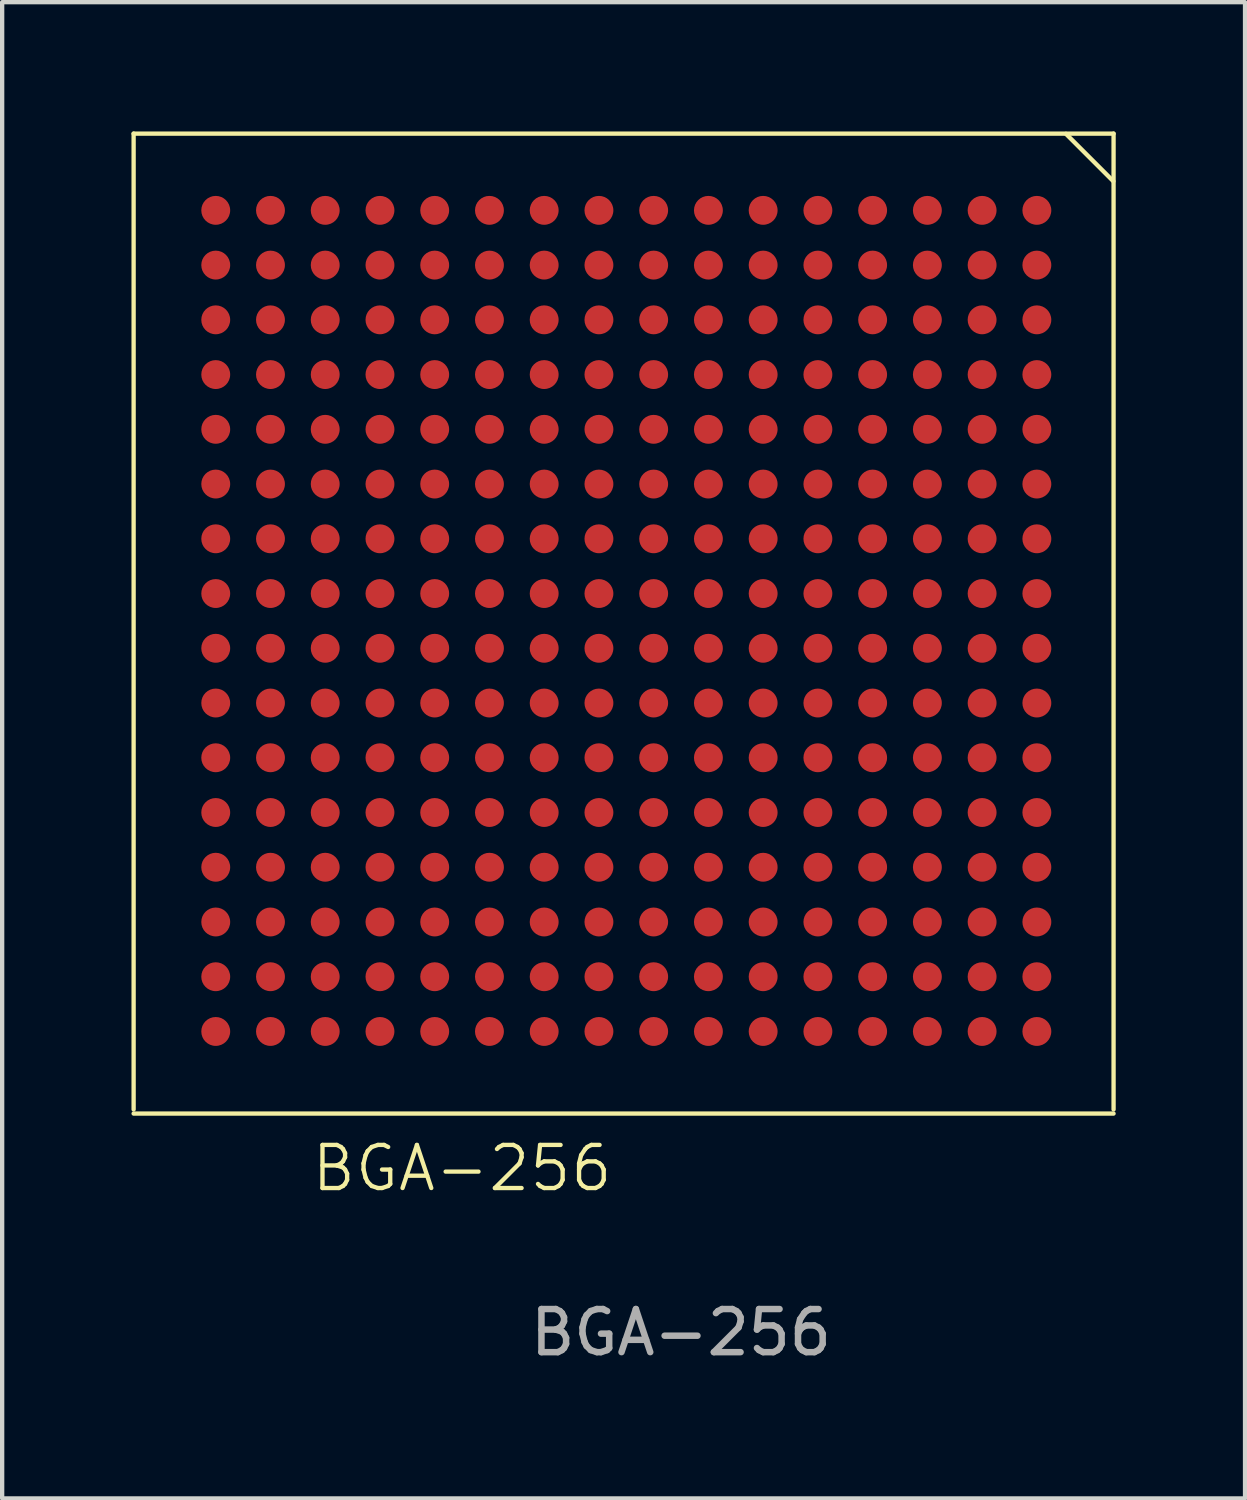
<source format=kicad_pcb>
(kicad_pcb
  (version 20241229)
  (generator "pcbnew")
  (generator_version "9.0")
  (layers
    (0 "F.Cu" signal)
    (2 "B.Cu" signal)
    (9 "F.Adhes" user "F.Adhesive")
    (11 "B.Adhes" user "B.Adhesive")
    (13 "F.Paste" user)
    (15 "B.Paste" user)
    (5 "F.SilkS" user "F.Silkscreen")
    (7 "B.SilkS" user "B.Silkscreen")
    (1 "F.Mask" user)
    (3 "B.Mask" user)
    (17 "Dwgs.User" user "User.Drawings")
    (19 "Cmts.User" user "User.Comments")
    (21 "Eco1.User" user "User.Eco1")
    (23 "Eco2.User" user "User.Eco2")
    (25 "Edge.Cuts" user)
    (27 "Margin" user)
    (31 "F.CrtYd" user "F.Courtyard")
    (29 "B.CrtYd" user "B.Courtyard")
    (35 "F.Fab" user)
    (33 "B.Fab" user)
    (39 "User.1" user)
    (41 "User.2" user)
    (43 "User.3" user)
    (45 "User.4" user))
  (footprint "BGA-256"
    (layer "F.Cu")
    (at 11.48 11.355)
    (property "Reference" "BGA-256" (at -3.81 12.7 0) (unlocked yes) (layer "F.SilkS") (effects (font (size 1 1) (thickness 0.1))))
    (attr smd)
    (fp_line (start -11.43 -11.305) (end -11.43 11.335) (stroke (width 0.1) (type default)) (layer "F.SilkS"))
    (fp_line (start -11.43 -11.305) (end 11.305 -11.305) (stroke (width 0.1) (type default)) (layer "F.SilkS"))
    (fp_line (start -11.43 11.43) (end 11.305 11.43) (stroke (width 0.1) (type default)) (layer "F.SilkS"))
    (fp_line (start 10.2 -11.3) (end 11.3 -10.2) (stroke (width 0.1) (type default)) (layer "F.SilkS"))
    (fp_line (start 11.305 -11.305) (end 11.305 11.335) (stroke (width 0.1) (type default)) (layer "F.SilkS"))
    (fp_text user "${REFERENCE}" (at 1.27 16.51 0) (unlocked yes) (layer "F.Fab") (effects (font (size 1 1) (thickness 0.15))))
    (pad "A1" smd circle (at 9.525 -9.525) (size 0.67 0.67) (layers "F.Cu" "F.Mask" "F.Paste"))
    (pad "A2" smd circle (at 9.525 -8.255) (size 0.67 0.67) (layers "F.Cu" "F.Mask" "F.Paste"))
    (pad "A3" smd circle (at 9.525 -6.985) (size 0.67 0.67) (layers "F.Cu" "F.Mask" "F.Paste"))
    (pad "A4" smd circle (at 9.525 -5.715) (size 0.67 0.67) (layers "F.Cu" "F.Mask" "F.Paste"))
    (pad "A5" smd circle (at 9.525 -4.445) (size 0.67 0.67) (layers "F.Cu" "F.Mask" "F.Paste"))
    (pad "A6" smd circle (at 9.525 -3.175) (size 0.67 0.67) (layers "F.Cu" "F.Mask" "F.Paste"))
    (pad "A7" smd circle (at 9.525 -1.905) (size 0.67 0.67) (layers "F.Cu" "F.Mask" "F.Paste"))
    (pad "A8" smd circle (at 9.525 -0.635) (size 0.67 0.67) (layers "F.Cu" "F.Mask" "F.Paste"))
    (pad "A9" smd circle (at 9.525 0.635) (size 0.67 0.67) (layers "F.Cu" "F.Mask" "F.Paste"))
    (pad "A10" smd circle (at 9.525 1.905) (size 0.67 0.67) (layers "F.Cu" "F.Mask" "F.Paste"))
    (pad "A11" smd circle (at 9.525 3.175) (size 0.67 0.67) (layers "F.Cu" "F.Mask" "F.Paste"))
    (pad "A12" smd circle (at 9.525 4.445) (size 0.67 0.67) (layers "F.Cu" "F.Mask" "F.Paste"))
    (pad "A13" smd circle (at 9.525 5.715) (size 0.67 0.67) (layers "F.Cu" "F.Mask" "F.Paste"))
    (pad "A14" smd circle (at 9.525 6.985) (size 0.67 0.67) (layers "F.Cu" "F.Mask" "F.Paste"))
    (pad "A15" smd circle (at 9.525 8.255) (size 0.67 0.67) (layers "F.Cu" "F.Mask" "F.Paste"))
    (pad "A16" smd circle (at 9.525 9.525) (size 0.67 0.67) (layers "F.Cu" "F.Mask" "F.Paste"))
    (pad "B1" smd circle (at 8.255 -9.525) (size 0.67 0.67) (layers "F.Cu" "F.Mask" "F.Paste"))
    (pad "B2" smd circle (at 8.255 -8.255) (size 0.67 0.67) (layers "F.Cu" "F.Mask" "F.Paste"))
    (pad "B3" smd circle (at 8.255 -6.985) (size 0.67 0.67) (layers "F.Cu" "F.Mask" "F.Paste"))
    (pad "B4" smd circle (at 8.255 -5.715) (size 0.67 0.67) (layers "F.Cu" "F.Mask" "F.Paste"))
    (pad "B5" smd circle (at 8.255 -4.445) (size 0.67 0.67) (layers "F.Cu" "F.Mask" "F.Paste"))
    (pad "B6" smd circle (at 8.255 -3.175) (size 0.67 0.67) (layers "F.Cu" "F.Mask" "F.Paste"))
    (pad "B7" smd circle (at 8.255 -1.905) (size 0.67 0.67) (layers "F.Cu" "F.Mask" "F.Paste"))
    (pad "B8" smd circle (at 8.255 -0.635) (size 0.67 0.67) (layers "F.Cu" "F.Mask" "F.Paste"))
    (pad "B9" smd circle (at 8.255 0.635) (size 0.67 0.67) (layers "F.Cu" "F.Mask" "F.Paste"))
    (pad "B10" smd circle (at 8.255 1.905) (size 0.67 0.67) (layers "F.Cu" "F.Mask" "F.Paste"))
    (pad "B11" smd circle (at 8.255 3.175) (size 0.67 0.67) (layers "F.Cu" "F.Mask" "F.Paste"))
    (pad "B12" smd circle (at 8.255 4.445) (size 0.67 0.67) (layers "F.Cu" "F.Mask" "F.Paste"))
    (pad "B13" smd circle (at 8.255 5.715) (size 0.67 0.67) (layers "F.Cu" "F.Mask" "F.Paste"))
    (pad "B14" smd circle (at 8.255 6.985) (size 0.67 0.67) (layers "F.Cu" "F.Mask" "F.Paste"))
    (pad "B15" smd circle (at 8.255 8.255) (size 0.67 0.67) (layers "F.Cu" "F.Mask" "F.Paste"))
    (pad "B16" smd circle (at 8.255 9.525) (size 0.67 0.67) (layers "F.Cu" "F.Mask" "F.Paste"))
    (pad "C1" smd circle (at 6.985 -9.525) (size 0.67 0.67) (layers "F.Cu" "F.Mask" "F.Paste"))
    (pad "C2" smd circle (at 6.985 -8.255) (size 0.67 0.67) (layers "F.Cu" "F.Mask" "F.Paste"))
    (pad "C3" smd circle (at 6.985 -6.985) (size 0.67 0.67) (layers "F.Cu" "F.Mask" "F.Paste"))
    (pad "C4" smd circle (at 6.985 -5.715) (size 0.67 0.67) (layers "F.Cu" "F.Mask" "F.Paste"))
    (pad "C5" smd circle (at 6.985 -4.445) (size 0.67 0.67) (layers "F.Cu" "F.Mask" "F.Paste"))
    (pad "C6" smd circle (at 6.985 -3.175) (size 0.67 0.67) (layers "F.Cu" "F.Mask" "F.Paste"))
    (pad "C7" smd circle (at 6.985 -1.905) (size 0.67 0.67) (layers "F.Cu" "F.Mask" "F.Paste"))
    (pad "C8" smd circle (at 6.985 -0.635) (size 0.67 0.67) (layers "F.Cu" "F.Mask" "F.Paste"))
    (pad "C9" smd circle (at 6.985 0.635) (size 0.67 0.67) (layers "F.Cu" "F.Mask" "F.Paste"))
    (pad "C10" smd circle (at 6.985 1.905) (size 0.67 0.67) (layers "F.Cu" "F.Mask" "F.Paste"))
    (pad "C11" smd circle (at 6.985 3.175) (size 0.67 0.67) (layers "F.Cu" "F.Mask" "F.Paste"))
    (pad "C12" smd circle (at 6.985 4.445) (size 0.67 0.67) (layers "F.Cu" "F.Mask" "F.Paste"))
    (pad "C13" smd circle (at 6.985 5.715) (size 0.67 0.67) (layers "F.Cu" "F.Mask" "F.Paste"))
    (pad "C14" smd circle (at 6.985 6.985) (size 0.67 0.67) (layers "F.Cu" "F.Mask" "F.Paste"))
    (pad "C15" smd circle (at 6.985 8.255) (size 0.67 0.67) (layers "F.Cu" "F.Mask" "F.Paste"))
    (pad "C16" smd circle (at 6.985 9.525) (size 0.67 0.67) (layers "F.Cu" "F.Mask" "F.Paste"))
    (pad "D1" smd circle (at 5.715 -9.525) (size 0.67 0.67) (layers "F.Cu" "F.Mask" "F.Paste"))
    (pad "D2" smd circle (at 5.715 -8.255) (size 0.67 0.67) (layers "F.Cu" "F.Mask" "F.Paste"))
    (pad "D3" smd circle (at 5.715 -6.985) (size 0.67 0.67) (layers "F.Cu" "F.Mask" "F.Paste"))
    (pad "D4" smd circle (at 5.715 -5.715) (size 0.67 0.67) (layers "F.Cu" "F.Mask" "F.Paste"))
    (pad "D5" smd circle (at 5.715 -4.445) (size 0.67 0.67) (layers "F.Cu" "F.Mask" "F.Paste"))
    (pad "D6" smd circle (at 5.715 -3.175) (size 0.67 0.67) (layers "F.Cu" "F.Mask" "F.Paste"))
    (pad "D7" smd circle (at 5.715 -1.905) (size 0.67 0.67) (layers "F.Cu" "F.Mask" "F.Paste"))
    (pad "D8" smd circle (at 5.715 -0.635) (size 0.67 0.67) (layers "F.Cu" "F.Mask" "F.Paste"))
    (pad "D9" smd circle (at 5.715 0.635) (size 0.67 0.67) (layers "F.Cu" "F.Mask" "F.Paste"))
    (pad "D10" smd circle (at 5.715 1.905) (size 0.67 0.67) (layers "F.Cu" "F.Mask" "F.Paste"))
    (pad "D11" smd circle (at 5.715 3.175) (size 0.67 0.67) (layers "F.Cu" "F.Mask" "F.Paste"))
    (pad "D12" smd circle (at 5.715 4.445) (size 0.67 0.67) (layers "F.Cu" "F.Mask" "F.Paste"))
    (pad "D13" smd circle (at 5.715 5.715) (size 0.67 0.67) (layers "F.Cu" "F.Mask" "F.Paste"))
    (pad "D14" smd circle (at 5.715 6.985) (size 0.67 0.67) (layers "F.Cu" "F.Mask" "F.Paste"))
    (pad "D15" smd circle (at 5.715 8.255) (size 0.67 0.67) (layers "F.Cu" "F.Mask" "F.Paste"))
    (pad "D16" smd circle (at 5.715 9.525) (size 0.67 0.67) (layers "F.Cu" "F.Mask" "F.Paste"))
    (pad "E1" smd circle (at 4.445 -9.525) (size 0.67 0.67) (layers "F.Cu" "F.Mask" "F.Paste"))
    (pad "E2" smd circle (at 4.445 -8.255) (size 0.67 0.67) (layers "F.Cu" "F.Mask" "F.Paste"))
    (pad "E3" smd circle (at 4.445 -6.985) (size 0.67 0.67) (layers "F.Cu" "F.Mask" "F.Paste"))
    (pad "E4" smd circle (at 4.445 -5.715) (size 0.67 0.67) (layers "F.Cu" "F.Mask" "F.Paste"))
    (pad "E5" smd circle (at 4.445 -4.445) (size 0.67 0.67) (layers "F.Cu" "F.Mask" "F.Paste"))
    (pad "E6" smd circle (at 4.445 -3.175) (size 0.67 0.67) (layers "F.Cu" "F.Mask" "F.Paste"))
    (pad "E7" smd circle (at 4.445 -1.905) (size 0.67 0.67) (layers "F.Cu" "F.Mask" "F.Paste"))
    (pad "E8" smd circle (at 4.445 -0.635) (size 0.67 0.67) (layers "F.Cu" "F.Mask" "F.Paste"))
    (pad "E9" smd circle (at 4.445 0.635) (size 0.67 0.67) (layers "F.Cu" "F.Mask" "F.Paste"))
    (pad "E10" smd circle (at 4.445 1.905) (size 0.67 0.67) (layers "F.Cu" "F.Mask" "F.Paste"))
    (pad "E11" smd circle (at 4.445 3.175) (size 0.67 0.67) (layers "F.Cu" "F.Mask" "F.Paste"))
    (pad "E12" smd circle (at 4.445 4.445) (size 0.67 0.67) (layers "F.Cu" "F.Mask" "F.Paste"))
    (pad "E13" smd circle (at 4.445 5.715) (size 0.67 0.67) (layers "F.Cu" "F.Mask" "F.Paste"))
    (pad "E14" smd circle (at 4.445 6.985) (size 0.67 0.67) (layers "F.Cu" "F.Mask" "F.Paste"))
    (pad "E15" smd circle (at 4.445 8.255) (size 0.67 0.67) (layers "F.Cu" "F.Mask" "F.Paste"))
    (pad "E16" smd circle (at 4.445 9.525) (size 0.67 0.67) (layers "F.Cu" "F.Mask" "F.Paste"))
    (pad "F1" smd circle (at 3.175 -9.525) (size 0.67 0.67) (layers "F.Cu" "F.Mask" "F.Paste"))
    (pad "F2" smd circle (at 3.175 -8.255) (size 0.67 0.67) (layers "F.Cu" "F.Mask" "F.Paste"))
    (pad "F3" smd circle (at 3.175 -6.985) (size 0.67 0.67) (layers "F.Cu" "F.Mask" "F.Paste"))
    (pad "F4" smd circle (at 3.175 -5.715) (size 0.67 0.67) (layers "F.Cu" "F.Mask" "F.Paste"))
    (pad "F5" smd circle (at 3.175 -4.445) (size 0.67 0.67) (layers "F.Cu" "F.Mask" "F.Paste"))
    (pad "F6" smd circle (at 3.175 -3.175) (size 0.67 0.67) (layers "F.Cu" "F.Mask" "F.Paste"))
    (pad "F7" smd circle (at 3.175 -1.905) (size 0.67 0.67) (layers "F.Cu" "F.Mask" "F.Paste"))
    (pad "F8" smd circle (at 3.175 -0.635) (size 0.67 0.67) (layers "F.Cu" "F.Mask" "F.Paste"))
    (pad "F9" smd circle (at 3.175 0.635) (size 0.67 0.67) (layers "F.Cu" "F.Mask" "F.Paste"))
    (pad "F10" smd circle (at 3.175 1.905) (size 0.67 0.67) (layers "F.Cu" "F.Mask" "F.Paste"))
    (pad "F11" smd circle (at 3.175 3.175) (size 0.67 0.67) (layers "F.Cu" "F.Mask" "F.Paste"))
    (pad "F12" smd circle (at 3.175 4.445) (size 0.67 0.67) (layers "F.Cu" "F.Mask" "F.Paste"))
    (pad "F13" smd circle (at 3.175 5.715) (size 0.67 0.67) (layers "F.Cu" "F.Mask" "F.Paste"))
    (pad "F14" smd circle (at 3.175 6.985) (size 0.67 0.67) (layers "F.Cu" "F.Mask" "F.Paste"))
    (pad "F15" smd circle (at 3.175 8.255) (size 0.67 0.67) (layers "F.Cu" "F.Mask" "F.Paste"))
    (pad "F16" smd circle (at 3.175 9.525) (size 0.67 0.67) (layers "F.Cu" "F.Mask" "F.Paste"))
    (pad "G1" smd circle (at 1.905 -9.525) (size 0.67 0.67) (layers "F.Cu" "F.Mask" "F.Paste"))
    (pad "G2" smd circle (at 1.905 -8.255) (size 0.67 0.67) (layers "F.Cu" "F.Mask" "F.Paste"))
    (pad "G3" smd circle (at 1.905 -6.985) (size 0.67 0.67) (layers "F.Cu" "F.Mask" "F.Paste"))
    (pad "G4" smd circle (at 1.905 -5.715) (size 0.67 0.67) (layers "F.Cu" "F.Mask" "F.Paste"))
    (pad "G5" smd circle (at 1.905 -4.445) (size 0.67 0.67) (layers "F.Cu" "F.Mask" "F.Paste"))
    (pad "G6" smd circle (at 1.905 -3.175) (size 0.67 0.67) (layers "F.Cu" "F.Mask" "F.Paste"))
    (pad "G7" smd circle (at 1.905 -1.905) (size 0.67 0.67) (layers "F.Cu" "F.Mask" "F.Paste"))
    (pad "G8" smd circle (at 1.905 -0.635) (size 0.67 0.67) (layers "F.Cu" "F.Mask" "F.Paste"))
    (pad "G9" smd circle (at 1.905 0.635) (size 0.67 0.67) (layers "F.Cu" "F.Mask" "F.Paste"))
    (pad "G10" smd circle (at 1.905 1.905) (size 0.67 0.67) (layers "F.Cu" "F.Mask" "F.Paste"))
    (pad "G11" smd circle (at 1.905 3.175) (size 0.67 0.67) (layers "F.Cu" "F.Mask" "F.Paste"))
    (pad "G12" smd circle (at 1.905 4.445) (size 0.67 0.67) (layers "F.Cu" "F.Mask" "F.Paste"))
    (pad "G13" smd circle (at 1.905 5.715) (size 0.67 0.67) (layers "F.Cu" "F.Mask" "F.Paste"))
    (pad "G14" smd circle (at 1.905 6.985) (size 0.67 0.67) (layers "F.Cu" "F.Mask" "F.Paste"))
    (pad "G15" smd circle (at 1.905 8.255) (size 0.67 0.67) (layers "F.Cu" "F.Mask" "F.Paste"))
    (pad "G16" smd circle (at 1.905 9.525) (size 0.67 0.67) (layers "F.Cu" "F.Mask" "F.Paste"))
    (pad "H1" smd circle (at 0.635 -9.525) (size 0.67 0.67) (layers "F.Cu" "F.Mask" "F.Paste"))
    (pad "H2" smd circle (at 0.635 -8.255) (size 0.67 0.67) (layers "F.Cu" "F.Mask" "F.Paste"))
    (pad "H3" smd circle (at 0.635 -6.985) (size 0.67 0.67) (layers "F.Cu" "F.Mask" "F.Paste"))
    (pad "H4" smd circle (at 0.635 -5.715) (size 0.67 0.67) (layers "F.Cu" "F.Mask" "F.Paste"))
    (pad "H5" smd circle (at 0.635 -4.445) (size 0.67 0.67) (layers "F.Cu" "F.Mask" "F.Paste"))
    (pad "H6" smd circle (at 0.635 -3.175) (size 0.67 0.67) (layers "F.Cu" "F.Mask" "F.Paste"))
    (pad "H7" smd circle (at 0.635 -1.905) (size 0.67 0.67) (layers "F.Cu" "F.Mask" "F.Paste"))
    (pad "H8" smd circle (at 0.635 -0.635) (size 0.67 0.67) (layers "F.Cu" "F.Mask" "F.Paste"))
    (pad "H9" smd circle (at 0.635 0.635) (size 0.67 0.67) (layers "F.Cu" "F.Mask" "F.Paste"))
    (pad "H10" smd circle (at 0.635 1.905) (size 0.67 0.67) (layers "F.Cu" "F.Mask" "F.Paste"))
    (pad "H11" smd circle (at 0.635 3.175) (size 0.67 0.67) (layers "F.Cu" "F.Mask" "F.Paste"))
    (pad "H12" smd circle (at 0.635 4.445) (size 0.67 0.67) (layers "F.Cu" "F.Mask" "F.Paste"))
    (pad "H13" smd circle (at 0.635 5.715) (size 0.67 0.67) (layers "F.Cu" "F.Mask" "F.Paste"))
    (pad "H14" smd circle (at 0.635 6.985) (size 0.67 0.67) (layers "F.Cu" "F.Mask" "F.Paste"))
    (pad "H15" smd circle (at 0.635 8.255) (size 0.67 0.67) (layers "F.Cu" "F.Mask" "F.Paste"))
    (pad "H16" smd circle (at 0.635 9.525) (size 0.67 0.67) (layers "F.Cu" "F.Mask" "F.Paste"))
    (pad "J1" smd circle (at -0.635 -9.525) (size 0.67 0.67) (layers "F.Cu" "F.Mask" "F.Paste"))
    (pad "J2" smd circle (at -0.635 -8.255) (size 0.67 0.67) (layers "F.Cu" "F.Mask" "F.Paste"))
    (pad "J3" smd circle (at -0.635 -6.985) (size 0.67 0.67) (layers "F.Cu" "F.Mask" "F.Paste"))
    (pad "J4" smd circle (at -0.635 -5.715) (size 0.67 0.67) (layers "F.Cu" "F.Mask" "F.Paste"))
    (pad "J5" smd circle (at -0.635 -4.445) (size 0.67 0.67) (layers "F.Cu" "F.Mask" "F.Paste"))
    (pad "J6" smd circle (at -0.635 -3.175) (size 0.67 0.67) (layers "F.Cu" "F.Mask" "F.Paste"))
    (pad "J7" smd circle (at -0.635 -1.905) (size 0.67 0.67) (layers "F.Cu" "F.Mask" "F.Paste"))
    (pad "J8" smd circle (at -0.635 -0.635) (size 0.67 0.67) (layers "F.Cu" "F.Mask" "F.Paste"))
    (pad "J9" smd circle (at -0.635 0.635) (size 0.67 0.67) (layers "F.Cu" "F.Mask" "F.Paste"))
    (pad "J10" smd circle (at -0.635 1.905) (size 0.67 0.67) (layers "F.Cu" "F.Mask" "F.Paste"))
    (pad "J11" smd circle (at -0.635 3.175) (size 0.67 0.67) (layers "F.Cu" "F.Mask" "F.Paste"))
    (pad "J12" smd circle (at -0.635 4.445) (size 0.67 0.67) (layers "F.Cu" "F.Mask" "F.Paste"))
    (pad "J13" smd circle (at -0.635 5.715) (size 0.67 0.67) (layers "F.Cu" "F.Mask" "F.Paste"))
    (pad "J14" smd circle (at -0.635 6.985) (size 0.67 0.67) (layers "F.Cu" "F.Mask" "F.Paste"))
    (pad "J15" smd circle (at -0.635 8.255) (size 0.67 0.67) (layers "F.Cu" "F.Mask" "F.Paste"))
    (pad "J16" smd circle (at -0.635 9.525) (size 0.67 0.67) (layers "F.Cu" "F.Mask" "F.Paste"))
    (pad "K1" smd circle (at -1.905 -9.525) (size 0.67 0.67) (layers "F.Cu" "F.Mask" "F.Paste"))
    (pad "K2" smd circle (at -1.905 -8.255) (size 0.67 0.67) (layers "F.Cu" "F.Mask" "F.Paste"))
    (pad "K3" smd circle (at -1.905 -6.985) (size 0.67 0.67) (layers "F.Cu" "F.Mask" "F.Paste"))
    (pad "K4" smd circle (at -1.905 -5.715) (size 0.67 0.67) (layers "F.Cu" "F.Mask" "F.Paste"))
    (pad "K5" smd circle (at -1.905 -4.445) (size 0.67 0.67) (layers "F.Cu" "F.Mask" "F.Paste"))
    (pad "K6" smd circle (at -1.905 -3.175) (size 0.67 0.67) (layers "F.Cu" "F.Mask" "F.Paste"))
    (pad "K7" smd circle (at -1.905 -1.905) (size 0.67 0.67) (layers "F.Cu" "F.Mask" "F.Paste"))
    (pad "K8" smd circle (at -1.905 -0.635) (size 0.67 0.67) (layers "F.Cu" "F.Mask" "F.Paste"))
    (pad "K9" smd circle (at -1.905 0.635) (size 0.67 0.67) (layers "F.Cu" "F.Mask" "F.Paste"))
    (pad "K10" smd circle (at -1.905 1.905) (size 0.67 0.67) (layers "F.Cu" "F.Mask" "F.Paste"))
    (pad "K11" smd circle (at -1.905 3.175) (size 0.67 0.67) (layers "F.Cu" "F.Mask" "F.Paste"))
    (pad "K12" smd circle (at -1.905 4.445) (size 0.67 0.67) (layers "F.Cu" "F.Mask" "F.Paste"))
    (pad "K13" smd circle (at -1.905 5.715) (size 0.67 0.67) (layers "F.Cu" "F.Mask" "F.Paste"))
    (pad "K14" smd circle (at -1.905 6.985) (size 0.67 0.67) (layers "F.Cu" "F.Mask" "F.Paste"))
    (pad "K15" smd circle (at -1.905 8.255) (size 0.67 0.67) (layers "F.Cu" "F.Mask" "F.Paste"))
    (pad "K16" smd circle (at -1.905 9.525) (size 0.67 0.67) (layers "F.Cu" "F.Mask" "F.Paste"))
    (pad "L1" smd circle (at -3.175 -9.525) (size 0.67 0.67) (layers "F.Cu" "F.Mask" "F.Paste"))
    (pad "L2" smd circle (at -3.175 -8.255) (size 0.67 0.67) (layers "F.Cu" "F.Mask" "F.Paste"))
    (pad "L3" smd circle (at -3.175 -6.985) (size 0.67 0.67) (layers "F.Cu" "F.Mask" "F.Paste"))
    (pad "L4" smd circle (at -3.175 -5.715) (size 0.67 0.67) (layers "F.Cu" "F.Mask" "F.Paste"))
    (pad "L5" smd circle (at -3.175 -4.445) (size 0.67 0.67) (layers "F.Cu" "F.Mask" "F.Paste"))
    (pad "L6" smd circle (at -3.175 -3.175) (size 0.67 0.67) (layers "F.Cu" "F.Mask" "F.Paste"))
    (pad "L7" smd circle (at -3.175 -1.905) (size 0.67 0.67) (layers "F.Cu" "F.Mask" "F.Paste"))
    (pad "L8" smd circle (at -3.175 -0.635) (size 0.67 0.67) (layers "F.Cu" "F.Mask" "F.Paste"))
    (pad "L9" smd circle (at -3.175 0.635) (size 0.67 0.67) (layers "F.Cu" "F.Mask" "F.Paste"))
    (pad "L10" smd circle (at -3.175 1.905) (size 0.67 0.67) (layers "F.Cu" "F.Mask" "F.Paste"))
    (pad "L11" smd circle (at -3.175 3.175) (size 0.67 0.67) (layers "F.Cu" "F.Mask" "F.Paste"))
    (pad "L12" smd circle (at -3.175 4.445) (size 0.67 0.67) (layers "F.Cu" "F.Mask" "F.Paste"))
    (pad "L13" smd circle (at -3.175 5.715) (size 0.67 0.67) (layers "F.Cu" "F.Mask" "F.Paste"))
    (pad "L14" smd circle (at -3.175 6.985) (size 0.67 0.67) (layers "F.Cu" "F.Mask" "F.Paste"))
    (pad "L15" smd circle (at -3.175 8.255) (size 0.67 0.67) (layers "F.Cu" "F.Mask" "F.Paste"))
    (pad "L16" smd circle (at -3.175 9.525) (size 0.67 0.67) (layers "F.Cu" "F.Mask" "F.Paste"))
    (pad "M1" smd circle (at -4.445 -9.525) (size 0.67 0.67) (layers "F.Cu" "F.Mask" "F.Paste"))
    (pad "M2" smd circle (at -4.445 -8.255) (size 0.67 0.67) (layers "F.Cu" "F.Mask" "F.Paste"))
    (pad "M3" smd circle (at -4.445 -6.985) (size 0.67 0.67) (layers "F.Cu" "F.Mask" "F.Paste"))
    (pad "M4" smd circle (at -4.445 -5.715) (size 0.67 0.67) (layers "F.Cu" "F.Mask" "F.Paste"))
    (pad "M5" smd circle (at -4.445 -4.445) (size 0.67 0.67) (layers "F.Cu" "F.Mask" "F.Paste"))
    (pad "M6" smd circle (at -4.445 -3.175) (size 0.67 0.67) (layers "F.Cu" "F.Mask" "F.Paste"))
    (pad "M7" smd circle (at -4.445 -1.905) (size 0.67 0.67) (layers "F.Cu" "F.Mask" "F.Paste"))
    (pad "M8" smd circle (at -4.445 -0.635) (size 0.67 0.67) (layers "F.Cu" "F.Mask" "F.Paste"))
    (pad "M9" smd circle (at -4.445 0.635) (size 0.67 0.67) (layers "F.Cu" "F.Mask" "F.Paste"))
    (pad "M10" smd circle (at -4.445 1.905) (size 0.67 0.67) (layers "F.Cu" "F.Mask" "F.Paste"))
    (pad "M11" smd circle (at -4.445 3.175) (size 0.67 0.67) (layers "F.Cu" "F.Mask" "F.Paste"))
    (pad "M12" smd circle (at -4.445 4.445) (size 0.67 0.67) (layers "F.Cu" "F.Mask" "F.Paste"))
    (pad "M13" smd circle (at -4.445 5.715) (size 0.67 0.67) (layers "F.Cu" "F.Mask" "F.Paste"))
    (pad "M14" smd circle (at -4.445 6.985) (size 0.67 0.67) (layers "F.Cu" "F.Mask" "F.Paste"))
    (pad "M15" smd circle (at -4.445 8.255) (size 0.67 0.67) (layers "F.Cu" "F.Mask" "F.Paste"))
    (pad "M16" smd circle (at -4.445 9.525) (size 0.67 0.67) (layers "F.Cu" "F.Mask" "F.Paste"))
    (pad "N1" smd circle (at -5.715 -9.525) (size 0.67 0.67) (layers "F.Cu" "F.Mask" "F.Paste"))
    (pad "N2" smd circle (at -5.715 -8.255) (size 0.67 0.67) (layers "F.Cu" "F.Mask" "F.Paste"))
    (pad "N3" smd circle (at -5.715 -6.985) (size 0.67 0.67) (layers "F.Cu" "F.Mask" "F.Paste"))
    (pad "N4" smd circle (at -5.715 -5.715) (size 0.67 0.67) (layers "F.Cu" "F.Mask" "F.Paste"))
    (pad "N5" smd circle (at -5.715 -4.445) (size 0.67 0.67) (layers "F.Cu" "F.Mask" "F.Paste"))
    (pad "N6" smd circle (at -5.715 -3.175) (size 0.67 0.67) (layers "F.Cu" "F.Mask" "F.Paste"))
    (pad "N7" smd circle (at -5.715 -1.905) (size 0.67 0.67) (layers "F.Cu" "F.Mask" "F.Paste"))
    (pad "N8" smd circle (at -5.715 -0.635) (size 0.67 0.67) (layers "F.Cu" "F.Mask" "F.Paste"))
    (pad "N9" smd circle (at -5.715 0.635) (size 0.67 0.67) (layers "F.Cu" "F.Mask" "F.Paste"))
    (pad "N10" smd circle (at -5.715 1.905) (size 0.67 0.67) (layers "F.Cu" "F.Mask" "F.Paste"))
    (pad "N11" smd circle (at -5.715 3.175) (size 0.67 0.67) (layers "F.Cu" "F.Mask" "F.Paste"))
    (pad "N12" smd circle (at -5.715 4.445) (size 0.67 0.67) (layers "F.Cu" "F.Mask" "F.Paste"))
    (pad "N13" smd circle (at -5.715 5.715) (size 0.67 0.67) (layers "F.Cu" "F.Mask" "F.Paste"))
    (pad "N14" smd circle (at -5.715 6.985) (size 0.67 0.67) (layers "F.Cu" "F.Mask" "F.Paste"))
    (pad "N15" smd circle (at -5.715 8.255) (size 0.67 0.67) (layers "F.Cu" "F.Mask" "F.Paste"))
    (pad "N16" smd circle (at -5.715 9.525) (size 0.67 0.67) (layers "F.Cu" "F.Mask" "F.Paste"))
    (pad "P1" smd circle (at -6.985 -9.525) (size 0.67 0.67) (layers "F.Cu" "F.Mask" "F.Paste"))
    (pad "P2" smd circle (at -6.985 -8.255) (size 0.67 0.67) (layers "F.Cu" "F.Mask" "F.Paste"))
    (pad "P3" smd circle (at -6.985 -6.985) (size 0.67 0.67) (layers "F.Cu" "F.Mask" "F.Paste"))
    (pad "P4" smd circle (at -6.985 -5.715) (size 0.67 0.67) (layers "F.Cu" "F.Mask" "F.Paste"))
    (pad "P5" smd circle (at -6.985 -4.445) (size 0.67 0.67) (layers "F.Cu" "F.Mask" "F.Paste"))
    (pad "P6" smd circle (at -6.985 -3.175) (size 0.67 0.67) (layers "F.Cu" "F.Mask" "F.Paste"))
    (pad "P7" smd circle (at -6.985 -1.905) (size 0.67 0.67) (layers "F.Cu" "F.Mask" "F.Paste"))
    (pad "P8" smd circle (at -6.985 -0.635) (size 0.67 0.67) (layers "F.Cu" "F.Mask" "F.Paste"))
    (pad "P9" smd circle (at -6.985 0.635) (size 0.67 0.67) (layers "F.Cu" "F.Mask" "F.Paste"))
    (pad "P10" smd circle (at -6.985 1.905) (size 0.67 0.67) (layers "F.Cu" "F.Mask" "F.Paste"))
    (pad "P11" smd circle (at -6.985 3.175) (size 0.67 0.67) (layers "F.Cu" "F.Mask" "F.Paste"))
    (pad "P12" smd circle (at -6.985 4.445) (size 0.67 0.67) (layers "F.Cu" "F.Mask" "F.Paste"))
    (pad "P13" smd circle (at -6.985 5.715) (size 0.67 0.67) (layers "F.Cu" "F.Mask" "F.Paste"))
    (pad "P14" smd circle (at -6.985 6.985) (size 0.67 0.67) (layers "F.Cu" "F.Mask" "F.Paste"))
    (pad "P15" smd circle (at -6.985 8.255) (size 0.67 0.67) (layers "F.Cu" "F.Mask" "F.Paste"))
    (pad "P16" smd circle (at -6.985 9.525) (size 0.67 0.67) (layers "F.Cu" "F.Mask" "F.Paste"))
    (pad "R1" smd circle (at -8.255 -9.525) (size 0.67 0.67) (layers "F.Cu" "F.Mask" "F.Paste"))
    (pad "R2" smd circle (at -8.255 -8.255) (size 0.67 0.67) (layers "F.Cu" "F.Mask" "F.Paste"))
    (pad "R3" smd circle (at -8.255 -6.985) (size 0.67 0.67) (layers "F.Cu" "F.Mask" "F.Paste"))
    (pad "R4" smd circle (at -8.255 -5.715) (size 0.67 0.67) (layers "F.Cu" "F.Mask" "F.Paste"))
    (pad "R5" smd circle (at -8.255 -4.445) (size 0.67 0.67) (layers "F.Cu" "F.Mask" "F.Paste"))
    (pad "R6" smd circle (at -8.255 -3.175) (size 0.67 0.67) (layers "F.Cu" "F.Mask" "F.Paste"))
    (pad "R7" smd circle (at -8.255 -1.905) (size 0.67 0.67) (layers "F.Cu" "F.Mask" "F.Paste"))
    (pad "R8" smd circle (at -8.255 -0.635) (size 0.67 0.67) (layers "F.Cu" "F.Mask" "F.Paste"))
    (pad "R9" smd circle (at -8.255 0.635) (size 0.67 0.67) (layers "F.Cu" "F.Mask" "F.Paste"))
    (pad "R10" smd circle (at -8.255 1.905) (size 0.67 0.67) (layers "F.Cu" "F.Mask" "F.Paste"))
    (pad "R11" smd circle (at -8.255 3.175) (size 0.67 0.67) (layers "F.Cu" "F.Mask" "F.Paste"))
    (pad "R12" smd circle (at -8.255 4.445) (size 0.67 0.67) (layers "F.Cu" "F.Mask" "F.Paste"))
    (pad "R13" smd circle (at -8.255 5.715) (size 0.67 0.67) (layers "F.Cu" "F.Mask" "F.Paste"))
    (pad "R14" smd circle (at -8.255 6.985) (size 0.67 0.67) (layers "F.Cu" "F.Mask" "F.Paste"))
    (pad "R15" smd circle (at -8.255 8.255) (size 0.67 0.67) (layers "F.Cu" "F.Mask" "F.Paste"))
    (pad "R16" smd circle (at -8.255 9.525) (size 0.67 0.67) (layers "F.Cu" "F.Mask" "F.Paste"))
    (pad "T1" smd circle (at -9.525 -9.525) (size 0.67 0.67) (layers "F.Cu" "F.Mask" "F.Paste"))
    (pad "T2" smd circle (at -9.525 -8.255) (size 0.67 0.67) (layers "F.Cu" "F.Mask" "F.Paste"))
    (pad "T3" smd circle (at -9.525 -6.985) (size 0.67 0.67) (layers "F.Cu" "F.Mask" "F.Paste"))
    (pad "T4" smd circle (at -9.525 -5.715) (size 0.67 0.67) (layers "F.Cu" "F.Mask" "F.Paste"))
    (pad "T5" smd circle (at -9.525 -4.445) (size 0.67 0.67) (layers "F.Cu" "F.Mask" "F.Paste"))
    (pad "T6" smd circle (at -9.525 -3.175) (size 0.67 0.67) (layers "F.Cu" "F.Mask" "F.Paste"))
    (pad "T7" smd circle (at -9.525 -1.905) (size 0.67 0.67) (layers "F.Cu" "F.Mask" "F.Paste"))
    (pad "T8" smd circle (at -9.525 -0.635) (size 0.67 0.67) (layers "F.Cu" "F.Mask" "F.Paste"))
    (pad "T9" smd circle (at -9.525 0.635) (size 0.67 0.67) (layers "F.Cu" "F.Mask" "F.Paste"))
    (pad "T10" smd circle (at -9.525 1.905) (size 0.67 0.67) (layers "F.Cu" "F.Mask" "F.Paste"))
    (pad "T11" smd circle (at -9.525 3.175) (size 0.67 0.67) (layers "F.Cu" "F.Mask" "F.Paste"))
    (pad "T12" smd circle (at -9.525 4.445) (size 0.67 0.67) (layers "F.Cu" "F.Mask" "F.Paste"))
    (pad "T13" smd circle (at -9.525 5.715) (size 0.67 0.67) (layers "F.Cu" "F.Mask" "F.Paste"))
    (pad "T14" smd circle (at -9.525 6.985) (size 0.67 0.67) (layers "F.Cu" "F.Mask" "F.Paste"))
    (pad "T15" smd circle (at -9.525 8.255) (size 0.67 0.67) (layers "F.Cu" "F.Mask" "F.Paste"))
    (pad "T16" smd circle (at -9.525 9.525) (size 0.67 0.67) (layers "F.Cu" "F.Mask" "F.Paste")))
  (gr_rect
    (start -3 -3)
    (end 25.835 31.713)
    (stroke (width 0.1) (type default))
    (fill no)
    (layer "Edge.Cuts")))
</source>
